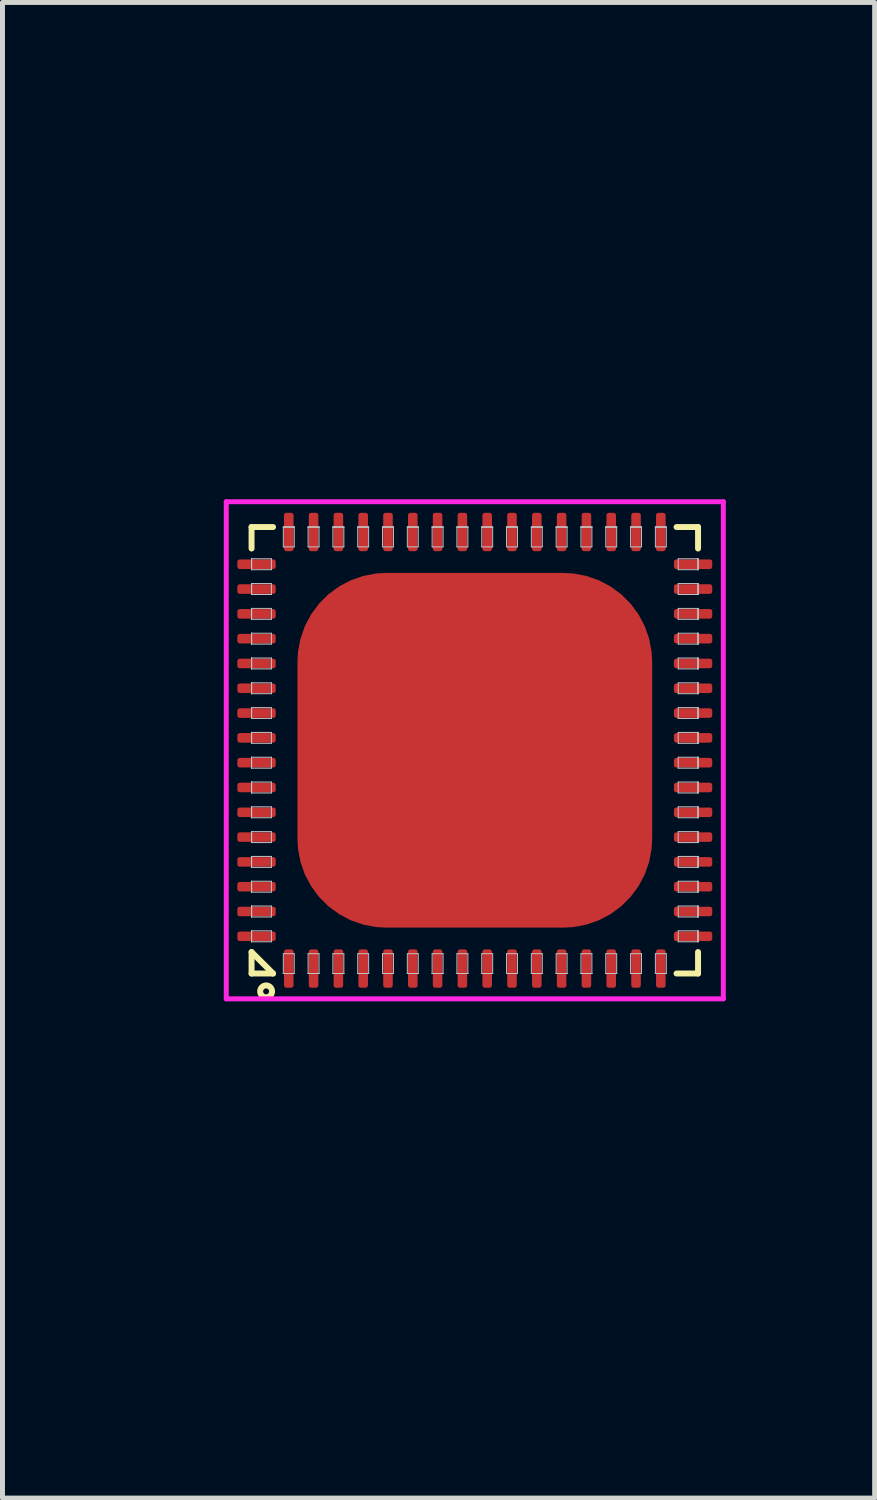
<source format=kicad_pcb>
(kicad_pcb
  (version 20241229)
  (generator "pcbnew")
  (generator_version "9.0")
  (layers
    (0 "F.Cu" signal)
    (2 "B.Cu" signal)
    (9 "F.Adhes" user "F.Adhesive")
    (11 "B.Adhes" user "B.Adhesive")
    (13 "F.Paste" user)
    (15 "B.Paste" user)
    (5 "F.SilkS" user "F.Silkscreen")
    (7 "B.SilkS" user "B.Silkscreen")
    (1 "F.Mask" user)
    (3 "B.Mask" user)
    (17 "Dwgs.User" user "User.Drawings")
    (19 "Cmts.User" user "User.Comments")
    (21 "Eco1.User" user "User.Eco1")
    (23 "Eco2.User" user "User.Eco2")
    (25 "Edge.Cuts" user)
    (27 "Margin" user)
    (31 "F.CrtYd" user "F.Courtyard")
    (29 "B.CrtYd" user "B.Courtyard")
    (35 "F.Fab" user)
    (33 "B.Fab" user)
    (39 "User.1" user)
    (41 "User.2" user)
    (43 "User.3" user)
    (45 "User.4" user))
  (footprint "QFN50P900x900-64-T715x715"
    (layer "F.Cu")
    (at 6.521 12.074)
    (property "Reference" "QFN50P900x900-64-T715x715" (at -5.76 0 90) (layer "User.1") (effects (font (size 1 1) (thickness 0.1))))
    (attr through_hole)
    (fp_line (start -4.5 -4.5) (end -4.5 -4.067) (stroke (width 0.12) (type solid)) (layer "F.SilkS"))
    (fp_line (start -4.5 -4.5) (end -4.067 -4.5) (stroke (width 0.12) (type solid)) (layer "F.SilkS"))
    (fp_line (start -4.5 4.067) (end -4.067 4.5) (stroke (width 0.12) (type solid)) (layer "F.SilkS"))
    (fp_line (start -4.5 4.5) (end -4.5 4.067) (stroke (width 0.12) (type solid)) (layer "F.SilkS"))
    (fp_line (start -4.5 4.5) (end -4.067 4.5) (stroke (width 0.12) (type solid)) (layer "F.SilkS"))
    (fp_line (start 4.5 -4.5) (end 4.067 -4.5) (stroke (width 0.12) (type solid)) (layer "F.SilkS"))
    (fp_line (start 4.5 -4.5) (end 4.5 -4.067) (stroke (width 0.12) (type solid)) (layer "F.SilkS"))
    (fp_line (start 4.5 4.5) (end 4.067 4.5) (stroke (width 0.12) (type solid)) (layer "F.SilkS"))
    (fp_line (start 4.5 4.5) (end 4.5 4.067) (stroke (width 0.12) (type solid)) (layer "F.SilkS"))
    (fp_circle (center -4.207 4.86) (end -4.087 4.86) (stroke (width 0.12) (type solid)) (fill no) (layer "F.SilkS"))
    (fp_line (start -4.5 -3.86) (end -4.5 -3.86) (stroke (width 0.02) (type solid)) (layer "Dwgs.User"))
    (fp_line (start -4.5 -3.86) (end -4.5 -3.64) (stroke (width 0.02) (type solid)) (layer "Dwgs.User"))
    (fp_line (start -4.5 -3.86) (end -4.1 -3.86) (stroke (width 0.02) (type solid)) (layer "Dwgs.User"))
    (fp_line (start -4.5 -3.64) (end -4.5 -3.86) (stroke (width 0.02) (type solid)) (layer "Dwgs.User"))
    (fp_line (start -4.5 -3.64) (end -4.5 -3.86) (stroke (width 0.02) (type solid)) (layer "Dwgs.User"))
    (fp_line (start -4.5 -3.64) (end -4.5 -3.64) (stroke (width 0.02) (type solid)) (layer "Dwgs.User"))
    (fp_line (start -4.5 -3.36) (end -4.5 -3.36) (stroke (width 0.02) (type solid)) (layer "Dwgs.User"))
    (fp_line (start -4.5 -3.36) (end -4.5 -3.14) (stroke (width 0.02) (type solid)) (layer "Dwgs.User"))
    (fp_line (start -4.5 -3.36) (end -4.1 -3.36) (stroke (width 0.02) (type solid)) (layer "Dwgs.User"))
    (fp_line (start -4.5 -3.14) (end -4.5 -3.36) (stroke (width 0.02) (type solid)) (layer "Dwgs.User"))
    (fp_line (start -4.5 -3.14) (end -4.5 -3.36) (stroke (width 0.02) (type solid)) (layer "Dwgs.User"))
    (fp_line (start -4.5 -3.14) (end -4.5 -3.14) (stroke (width 0.02) (type solid)) (layer "Dwgs.User"))
    (fp_line (start -4.5 -2.86) (end -4.5 -2.86) (stroke (width 0.02) (type solid)) (layer "Dwgs.User"))
    (fp_line (start -4.5 -2.86) (end -4.5 -2.64) (stroke (width 0.02) (type solid)) (layer "Dwgs.User"))
    (fp_line (start -4.5 -2.86) (end -4.1 -2.86) (stroke (width 0.02) (type solid)) (layer "Dwgs.User"))
    (fp_line (start -4.5 -2.64) (end -4.5 -2.86) (stroke (width 0.02) (type solid)) (layer "Dwgs.User"))
    (fp_line (start -4.5 -2.64) (end -4.5 -2.86) (stroke (width 0.02) (type solid)) (layer "Dwgs.User"))
    (fp_line (start -4.5 -2.64) (end -4.5 -2.64) (stroke (width 0.02) (type solid)) (layer "Dwgs.User"))
    (fp_line (start -4.5 -2.36) (end -4.5 -2.36) (stroke (width 0.02) (type solid)) (layer "Dwgs.User"))
    (fp_line (start -4.5 -2.36) (end -4.5 -2.14) (stroke (width 0.02) (type solid)) (layer "Dwgs.User"))
    (fp_line (start -4.5 -2.36) (end -4.1 -2.36) (stroke (width 0.02) (type solid)) (layer "Dwgs.User"))
    (fp_line (start -4.5 -2.14) (end -4.5 -2.36) (stroke (width 0.02) (type solid)) (layer "Dwgs.User"))
    (fp_line (start -4.5 -2.14) (end -4.5 -2.36) (stroke (width 0.02) (type solid)) (layer "Dwgs.User"))
    (fp_line (start -4.5 -2.14) (end -4.5 -2.14) (stroke (width 0.02) (type solid)) (layer "Dwgs.User"))
    (fp_line (start -4.5 -1.86) (end -4.5 -1.86) (stroke (width 0.02) (type solid)) (layer "Dwgs.User"))
    (fp_line (start -4.5 -1.86) (end -4.5 -1.64) (stroke (width 0.02) (type solid)) (layer "Dwgs.User"))
    (fp_line (start -4.5 -1.86) (end -4.1 -1.86) (stroke (width 0.02) (type solid)) (layer "Dwgs.User"))
    (fp_line (start -4.5 -1.64) (end -4.5 -1.86) (stroke (width 0.02) (type solid)) (layer "Dwgs.User"))
    (fp_line (start -4.5 -1.64) (end -4.5 -1.86) (stroke (width 0.02) (type solid)) (layer "Dwgs.User"))
    (fp_line (start -4.5 -1.64) (end -4.5 -1.64) (stroke (width 0.02) (type solid)) (layer "Dwgs.User"))
    (fp_line (start -4.5 -1.36) (end -4.5 -1.36) (stroke (width 0.02) (type solid)) (layer "Dwgs.User"))
    (fp_line (start -4.5 -1.36) (end -4.5 -1.14) (stroke (width 0.02) (type solid)) (layer "Dwgs.User"))
    (fp_line (start -4.5 -1.36) (end -4.1 -1.36) (stroke (width 0.02) (type solid)) (layer "Dwgs.User"))
    (fp_line (start -4.5 -1.14) (end -4.5 -1.36) (stroke (width 0.02) (type solid)) (layer "Dwgs.User"))
    (fp_line (start -4.5 -1.14) (end -4.5 -1.36) (stroke (width 0.02) (type solid)) (layer "Dwgs.User"))
    (fp_line (start -4.5 -1.14) (end -4.5 -1.14) (stroke (width 0.02) (type solid)) (layer "Dwgs.User"))
    (fp_line (start -4.5 -0.86) (end -4.5 -0.86) (stroke (width 0.02) (type solid)) (layer "Dwgs.User"))
    (fp_line (start -4.5 -0.86) (end -4.5 -0.64) (stroke (width 0.02) (type solid)) (layer "Dwgs.User"))
    (fp_line (start -4.5 -0.86) (end -4.1 -0.86) (stroke (width 0.02) (type solid)) (layer "Dwgs.User"))
    (fp_line (start -4.5 -0.64) (end -4.5 -0.86) (stroke (width 0.02) (type solid)) (layer "Dwgs.User"))
    (fp_line (start -4.5 -0.64) (end -4.5 -0.86) (stroke (width 0.02) (type solid)) (layer "Dwgs.User"))
    (fp_line (start -4.5 -0.64) (end -4.5 -0.64) (stroke (width 0.02) (type solid)) (layer "Dwgs.User"))
    (fp_line (start -4.5 -0.36) (end -4.5 -0.36) (stroke (width 0.02) (type solid)) (layer "Dwgs.User"))
    (fp_line (start -4.5 -0.36) (end -4.5 -0.14) (stroke (width 0.02) (type solid)) (layer "Dwgs.User"))
    (fp_line (start -4.5 -0.36) (end -4.1 -0.36) (stroke (width 0.02) (type solid)) (layer "Dwgs.User"))
    (fp_line (start -4.5 -0.14) (end -4.5 -0.36) (stroke (width 0.02) (type solid)) (layer "Dwgs.User"))
    (fp_line (start -4.5 -0.14) (end -4.5 -0.36) (stroke (width 0.02) (type solid)) (layer "Dwgs.User"))
    (fp_line (start -4.5 -0.14) (end -4.5 -0.14) (stroke (width 0.02) (type solid)) (layer "Dwgs.User"))
    (fp_line (start -4.5 0.14) (end -4.5 0.14) (stroke (width 0.02) (type solid)) (layer "Dwgs.User"))
    (fp_line (start -4.5 0.14) (end -4.5 0.36) (stroke (width 0.02) (type solid)) (layer "Dwgs.User"))
    (fp_line (start -4.5 0.14) (end -4.1 0.14) (stroke (width 0.02) (type solid)) (layer "Dwgs.User"))
    (fp_line (start -4.5 0.36) (end -4.5 0.14) (stroke (width 0.02) (type solid)) (layer "Dwgs.User"))
    (fp_line (start -4.5 0.36) (end -4.5 0.14) (stroke (width 0.02) (type solid)) (layer "Dwgs.User"))
    (fp_line (start -4.5 0.36) (end -4.5 0.36) (stroke (width 0.02) (type solid)) (layer "Dwgs.User"))
    (fp_line (start -4.5 0.64) (end -4.5 0.64) (stroke (width 0.02) (type solid)) (layer "Dwgs.User"))
    (fp_line (start -4.5 0.64) (end -4.5 0.86) (stroke (width 0.02) (type solid)) (layer "Dwgs.User"))
    (fp_line (start -4.5 0.64) (end -4.1 0.64) (stroke (width 0.02) (type solid)) (layer "Dwgs.User"))
    (fp_line (start -4.5 0.86) (end -4.5 0.64) (stroke (width 0.02) (type solid)) (layer "Dwgs.User"))
    (fp_line (start -4.5 0.86) (end -4.5 0.64) (stroke (width 0.02) (type solid)) (layer "Dwgs.User"))
    (fp_line (start -4.5 0.86) (end -4.5 0.86) (stroke (width 0.02) (type solid)) (layer "Dwgs.User"))
    (fp_line (start -4.5 1.14) (end -4.5 1.14) (stroke (width 0.02) (type solid)) (layer "Dwgs.User"))
    (fp_line (start -4.5 1.14) (end -4.5 1.36) (stroke (width 0.02) (type solid)) (layer "Dwgs.User"))
    (fp_line (start -4.5 1.14) (end -4.1 1.14) (stroke (width 0.02) (type solid)) (layer "Dwgs.User"))
    (fp_line (start -4.5 1.36) (end -4.5 1.14) (stroke (width 0.02) (type solid)) (layer "Dwgs.User"))
    (fp_line (start -4.5 1.36) (end -4.5 1.14) (stroke (width 0.02) (type solid)) (layer "Dwgs.User"))
    (fp_line (start -4.5 1.36) (end -4.5 1.36) (stroke (width 0.02) (type solid)) (layer "Dwgs.User"))
    (fp_line (start -4.5 1.64) (end -4.5 1.64) (stroke (width 0.02) (type solid)) (layer "Dwgs.User"))
    (fp_line (start -4.5 1.64) (end -4.5 1.86) (stroke (width 0.02) (type solid)) (layer "Dwgs.User"))
    (fp_line (start -4.5 1.64) (end -4.1 1.64) (stroke (width 0.02) (type solid)) (layer "Dwgs.User"))
    (fp_line (start -4.5 1.86) (end -4.5 1.64) (stroke (width 0.02) (type solid)) (layer "Dwgs.User"))
    (fp_line (start -4.5 1.86) (end -4.5 1.64) (stroke (width 0.02) (type solid)) (layer "Dwgs.User"))
    (fp_line (start -4.5 1.86) (end -4.5 1.86) (stroke (width 0.02) (type solid)) (layer "Dwgs.User"))
    (fp_line (start -4.5 2.14) (end -4.5 2.14) (stroke (width 0.02) (type solid)) (layer "Dwgs.User"))
    (fp_line (start -4.5 2.14) (end -4.5 2.36) (stroke (width 0.02) (type solid)) (layer "Dwgs.User"))
    (fp_line (start -4.5 2.14) (end -4.1 2.14) (stroke (width 0.02) (type solid)) (layer "Dwgs.User"))
    (fp_line (start -4.5 2.36) (end -4.5 2.14) (stroke (width 0.02) (type solid)) (layer "Dwgs.User"))
    (fp_line (start -4.5 2.36) (end -4.5 2.14) (stroke (width 0.02) (type solid)) (layer "Dwgs.User"))
    (fp_line (start -4.5 2.36) (end -4.5 2.36) (stroke (width 0.02) (type solid)) (layer "Dwgs.User"))
    (fp_line (start -4.5 2.64) (end -4.5 2.64) (stroke (width 0.02) (type solid)) (layer "Dwgs.User"))
    (fp_line (start -4.5 2.64) (end -4.5 2.86) (stroke (width 0.02) (type solid)) (layer "Dwgs.User"))
    (fp_line (start -4.5 2.64) (end -4.1 2.64) (stroke (width 0.02) (type solid)) (layer "Dwgs.User"))
    (fp_line (start -4.5 2.86) (end -4.5 2.64) (stroke (width 0.02) (type solid)) (layer "Dwgs.User"))
    (fp_line (start -4.5 2.86) (end -4.5 2.64) (stroke (width 0.02) (type solid)) (layer "Dwgs.User"))
    (fp_line (start -4.5 2.86) (end -4.5 2.86) (stroke (width 0.02) (type solid)) (layer "Dwgs.User"))
    (fp_line (start -4.5 3.14) (end -4.5 3.14) (stroke (width 0.02) (type solid)) (layer "Dwgs.User"))
    (fp_line (start -4.5 3.14) (end -4.5 3.36) (stroke (width 0.02) (type solid)) (layer "Dwgs.User"))
    (fp_line (start -4.5 3.14) (end -4.1 3.14) (stroke (width 0.02) (type solid)) (layer "Dwgs.User"))
    (fp_line (start -4.5 3.36) (end -4.5 3.14) (stroke (width 0.02) (type solid)) (layer "Dwgs.User"))
    (fp_line (start -4.5 3.36) (end -4.5 3.14) (stroke (width 0.02) (type solid)) (layer "Dwgs.User"))
    (fp_line (start -4.5 3.36) (end -4.5 3.36) (stroke (width 0.02) (type solid)) (layer "Dwgs.User"))
    (fp_line (start -4.5 3.64) (end -4.5 3.64) (stroke (width 0.02) (type solid)) (layer "Dwgs.User"))
    (fp_line (start -4.5 3.64) (end -4.5 3.86) (stroke (width 0.02) (type solid)) (layer "Dwgs.User"))
    (fp_line (start -4.5 3.64) (end -4.1 3.64) (stroke (width 0.02) (type solid)) (layer "Dwgs.User"))
    (fp_line (start -4.5 3.86) (end -4.5 3.64) (stroke (width 0.02) (type solid)) (layer "Dwgs.User"))
    (fp_line (start -4.5 3.86) (end -4.5 3.64) (stroke (width 0.02) (type solid)) (layer "Dwgs.User"))
    (fp_line (start -4.5 3.86) (end -4.5 3.86) (stroke (width 0.02) (type solid)) (layer "Dwgs.User"))
    (fp_line (start -4.1 -3.86) (end -4.1 -3.64) (stroke (width 0.02) (type solid)) (layer "Dwgs.User"))
    (fp_line (start -4.1 -3.64) (end -4.5 -3.64) (stroke (width 0.02) (type solid)) (layer "Dwgs.User"))
    (fp_line (start -4.1 -3.36) (end -4.1 -3.14) (stroke (width 0.02) (type solid)) (layer "Dwgs.User"))
    (fp_line (start -4.1 -3.14) (end -4.5 -3.14) (stroke (width 0.02) (type solid)) (layer "Dwgs.User"))
    (fp_line (start -4.1 -2.86) (end -4.1 -2.64) (stroke (width 0.02) (type solid)) (layer "Dwgs.User"))
    (fp_line (start -4.1 -2.64) (end -4.5 -2.64) (stroke (width 0.02) (type solid)) (layer "Dwgs.User"))
    (fp_line (start -4.1 -2.36) (end -4.1 -2.14) (stroke (width 0.02) (type solid)) (layer "Dwgs.User"))
    (fp_line (start -4.1 -2.14) (end -4.5 -2.14) (stroke (width 0.02) (type solid)) (layer "Dwgs.User"))
    (fp_line (start -4.1 -1.86) (end -4.1 -1.64) (stroke (width 0.02) (type solid)) (layer "Dwgs.User"))
    (fp_line (start -4.1 -1.64) (end -4.5 -1.64) (stroke (width 0.02) (type solid)) (layer "Dwgs.User"))
    (fp_line (start -4.1 -1.36) (end -4.1 -1.14) (stroke (width 0.02) (type solid)) (layer "Dwgs.User"))
    (fp_line (start -4.1 -1.14) (end -4.5 -1.14) (stroke (width 0.02) (type solid)) (layer "Dwgs.User"))
    (fp_line (start -4.1 -0.86) (end -4.1 -0.64) (stroke (width 0.02) (type solid)) (layer "Dwgs.User"))
    (fp_line (start -4.1 -0.64) (end -4.5 -0.64) (stroke (width 0.02) (type solid)) (layer "Dwgs.User"))
    (fp_line (start -4.1 -0.36) (end -4.1 -0.14) (stroke (width 0.02) (type solid)) (layer "Dwgs.User"))
    (fp_line (start -4.1 -0.14) (end -4.5 -0.14) (stroke (width 0.02) (type solid)) (layer "Dwgs.User"))
    (fp_line (start -4.1 0.14) (end -4.1 0.36) (stroke (width 0.02) (type solid)) (layer "Dwgs.User"))
    (fp_line (start -4.1 0.36) (end -4.5 0.36) (stroke (width 0.02) (type solid)) (layer "Dwgs.User"))
    (fp_line (start -4.1 0.64) (end -4.1 0.86) (stroke (width 0.02) (type solid)) (layer "Dwgs.User"))
    (fp_line (start -4.1 0.86) (end -4.5 0.86) (stroke (width 0.02) (type solid)) (layer "Dwgs.User"))
    (fp_line (start -4.1 1.14) (end -4.1 1.36) (stroke (width 0.02) (type solid)) (layer "Dwgs.User"))
    (fp_line (start -4.1 1.36) (end -4.5 1.36) (stroke (width 0.02) (type solid)) (layer "Dwgs.User"))
    (fp_line (start -4.1 1.64) (end -4.1 1.86) (stroke (width 0.02) (type solid)) (layer "Dwgs.User"))
    (fp_line (start -4.1 1.86) (end -4.5 1.86) (stroke (width 0.02) (type solid)) (layer "Dwgs.User"))
    (fp_line (start -4.1 2.14) (end -4.1 2.36) (stroke (width 0.02) (type solid)) (layer "Dwgs.User"))
    (fp_line (start -4.1 2.36) (end -4.5 2.36) (stroke (width 0.02) (type solid)) (layer "Dwgs.User"))
    (fp_line (start -4.1 2.64) (end -4.1 2.86) (stroke (width 0.02) (type solid)) (layer "Dwgs.User"))
    (fp_line (start -4.1 2.86) (end -4.5 2.86) (stroke (width 0.02) (type solid)) (layer "Dwgs.User"))
    (fp_line (start -4.1 3.14) (end -4.1 3.36) (stroke (width 0.02) (type solid)) (layer "Dwgs.User"))
    (fp_line (start -4.1 3.36) (end -4.5 3.36) (stroke (width 0.02) (type solid)) (layer "Dwgs.User"))
    (fp_line (start -4.1 3.64) (end -4.1 3.86) (stroke (width 0.02) (type solid)) (layer "Dwgs.User"))
    (fp_line (start -4.1 3.86) (end -4.5 3.86) (stroke (width 0.02) (type solid)) (layer "Dwgs.User"))
    (fp_line (start -3.86 -4.5) (end -3.86 -4.5) (stroke (width 0.02) (type solid)) (layer "Dwgs.User"))
    (fp_line (start -3.86 -4.5) (end -3.64 -4.5) (stroke (width 0.02) (type solid)) (layer "Dwgs.User"))
    (fp_line (start -3.86 -4.5) (end -3.64 -4.5) (stroke (width 0.02) (type solid)) (layer "Dwgs.User"))
    (fp_line (start -3.86 -4.1) (end -3.86 -4.5) (stroke (width 0.02) (type solid)) (layer "Dwgs.User"))
    (fp_line (start -3.86 4.1) (end -3.86 4.5) (stroke (width 0.02) (type solid)) (layer "Dwgs.User"))
    (fp_line (start -3.86 4.5) (end -3.86 4.5) (stroke (width 0.02) (type solid)) (layer "Dwgs.User"))
    (fp_line (start -3.86 4.5) (end -3.64 4.5) (stroke (width 0.02) (type solid)) (layer "Dwgs.User"))
    (fp_line (start -3.86 4.5) (end -3.64 4.5) (stroke (width 0.02) (type solid)) (layer "Dwgs.User"))
    (fp_line (start -3.64 -4.5) (end -3.86 -4.5) (stroke (width 0.02) (type solid)) (layer "Dwgs.User"))
    (fp_line (start -3.64 -4.5) (end -3.64 -4.5) (stroke (width 0.02) (type solid)) (layer "Dwgs.User"))
    (fp_line (start -3.64 -4.5) (end -3.64 -4.1) (stroke (width 0.02) (type solid)) (layer "Dwgs.User"))
    (fp_line (start -3.64 -4.1) (end -3.86 -4.1) (stroke (width 0.02) (type solid)) (layer "Dwgs.User"))
    (fp_line (start -3.64 4.1) (end -3.86 4.1) (stroke (width 0.02) (type solid)) (layer "Dwgs.User"))
    (fp_line (start -3.64 4.5) (end -3.86 4.5) (stroke (width 0.02) (type solid)) (layer "Dwgs.User"))
    (fp_line (start -3.64 4.5) (end -3.64 4.1) (stroke (width 0.02) (type solid)) (layer "Dwgs.User"))
    (fp_line (start -3.64 4.5) (end -3.64 4.5) (stroke (width 0.02) (type solid)) (layer "Dwgs.User"))
    (fp_line (start -3.36 -4.5) (end -3.36 -4.5) (stroke (width 0.02) (type solid)) (layer "Dwgs.User"))
    (fp_line (start -3.36 -4.5) (end -3.14 -4.5) (stroke (width 0.02) (type solid)) (layer "Dwgs.User"))
    (fp_line (start -3.36 -4.5) (end -3.14 -4.5) (stroke (width 0.02) (type solid)) (layer "Dwgs.User"))
    (fp_line (start -3.36 -4.1) (end -3.36 -4.5) (stroke (width 0.02) (type solid)) (layer "Dwgs.User"))
    (fp_line (start -3.36 4.1) (end -3.36 4.5) (stroke (width 0.02) (type solid)) (layer "Dwgs.User"))
    (fp_line (start -3.36 4.5) (end -3.36 4.5) (stroke (width 0.02) (type solid)) (layer "Dwgs.User"))
    (fp_line (start -3.36 4.5) (end -3.14 4.5) (stroke (width 0.02) (type solid)) (layer "Dwgs.User"))
    (fp_line (start -3.36 4.5) (end -3.14 4.5) (stroke (width 0.02) (type solid)) (layer "Dwgs.User"))
    (fp_line (start -3.14 -4.5) (end -3.36 -4.5) (stroke (width 0.02) (type solid)) (layer "Dwgs.User"))
    (fp_line (start -3.14 -4.5) (end -3.14 -4.5) (stroke (width 0.02) (type solid)) (layer "Dwgs.User"))
    (fp_line (start -3.14 -4.5) (end -3.14 -4.1) (stroke (width 0.02) (type solid)) (layer "Dwgs.User"))
    (fp_line (start -3.14 -4.1) (end -3.36 -4.1) (stroke (width 0.02) (type solid)) (layer "Dwgs.User"))
    (fp_line (start -3.14 4.1) (end -3.36 4.1) (stroke (width 0.02) (type solid)) (layer "Dwgs.User"))
    (fp_line (start -3.14 4.5) (end -3.36 4.5) (stroke (width 0.02) (type solid)) (layer "Dwgs.User"))
    (fp_line (start -3.14 4.5) (end -3.14 4.1) (stroke (width 0.02) (type solid)) (layer "Dwgs.User"))
    (fp_line (start -3.14 4.5) (end -3.14 4.5) (stroke (width 0.02) (type solid)) (layer "Dwgs.User"))
    (fp_line (start -2.86 -4.5) (end -2.86 -4.5) (stroke (width 0.02) (type solid)) (layer "Dwgs.User"))
    (fp_line (start -2.86 -4.5) (end -2.64 -4.5) (stroke (width 0.02) (type solid)) (layer "Dwgs.User"))
    (fp_line (start -2.86 -4.5) (end -2.64 -4.5) (stroke (width 0.02) (type solid)) (layer "Dwgs.User"))
    (fp_line (start -2.86 -4.1) (end -2.86 -4.5) (stroke (width 0.02) (type solid)) (layer "Dwgs.User"))
    (fp_line (start -2.86 4.1) (end -2.86 4.5) (stroke (width 0.02) (type solid)) (layer "Dwgs.User"))
    (fp_line (start -2.86 4.5) (end -2.86 4.5) (stroke (width 0.02) (type solid)) (layer "Dwgs.User"))
    (fp_line (start -2.86 4.5) (end -2.64 4.5) (stroke (width 0.02) (type solid)) (layer "Dwgs.User"))
    (fp_line (start -2.86 4.5) (end -2.64 4.5) (stroke (width 0.02) (type solid)) (layer "Dwgs.User"))
    (fp_line (start -2.64 -4.5) (end -2.86 -4.5) (stroke (width 0.02) (type solid)) (layer "Dwgs.User"))
    (fp_line (start -2.64 -4.5) (end -2.64 -4.5) (stroke (width 0.02) (type solid)) (layer "Dwgs.User"))
    (fp_line (start -2.64 -4.5) (end -2.64 -4.1) (stroke (width 0.02) (type solid)) (layer "Dwgs.User"))
    (fp_line (start -2.64 -4.1) (end -2.86 -4.1) (stroke (width 0.02) (type solid)) (layer "Dwgs.User"))
    (fp_line (start -2.64 4.1) (end -2.86 4.1) (stroke (width 0.02) (type solid)) (layer "Dwgs.User"))
    (fp_line (start -2.64 4.5) (end -2.86 4.5) (stroke (width 0.02) (type solid)) (layer "Dwgs.User"))
    (fp_line (start -2.64 4.5) (end -2.64 4.1) (stroke (width 0.02) (type solid)) (layer "Dwgs.User"))
    (fp_line (start -2.64 4.5) (end -2.64 4.5) (stroke (width 0.02) (type solid)) (layer "Dwgs.User"))
    (fp_line (start -2.36 -4.5) (end -2.36 -4.5) (stroke (width 0.02) (type solid)) (layer "Dwgs.User"))
    (fp_line (start -2.36 -4.5) (end -2.14 -4.5) (stroke (width 0.02) (type solid)) (layer "Dwgs.User"))
    (fp_line (start -2.36 -4.5) (end -2.14 -4.5) (stroke (width 0.02) (type solid)) (layer "Dwgs.User"))
    (fp_line (start -2.36 -4.1) (end -2.36 -4.5) (stroke (width 0.02) (type solid)) (layer "Dwgs.User"))
    (fp_line (start -2.36 4.1) (end -2.36 4.5) (stroke (width 0.02) (type solid)) (layer "Dwgs.User"))
    (fp_line (start -2.36 4.5) (end -2.36 4.5) (stroke (width 0.02) (type solid)) (layer "Dwgs.User"))
    (fp_line (start -2.36 4.5) (end -2.14 4.5) (stroke (width 0.02) (type solid)) (layer "Dwgs.User"))
    (fp_line (start -2.36 4.5) (end -2.14 4.5) (stroke (width 0.02) (type solid)) (layer "Dwgs.User"))
    (fp_line (start -2.14 -4.5) (end -2.36 -4.5) (stroke (width 0.02) (type solid)) (layer "Dwgs.User"))
    (fp_line (start -2.14 -4.5) (end -2.14 -4.5) (stroke (width 0.02) (type solid)) (layer "Dwgs.User"))
    (fp_line (start -2.14 -4.5) (end -2.14 -4.1) (stroke (width 0.02) (type solid)) (layer "Dwgs.User"))
    (fp_line (start -2.14 -4.1) (end -2.36 -4.1) (stroke (width 0.02) (type solid)) (layer "Dwgs.User"))
    (fp_line (start -2.14 4.1) (end -2.36 4.1) (stroke (width 0.02) (type solid)) (layer "Dwgs.User"))
    (fp_line (start -2.14 4.5) (end -2.36 4.5) (stroke (width 0.02) (type solid)) (layer "Dwgs.User"))
    (fp_line (start -2.14 4.5) (end -2.14 4.1) (stroke (width 0.02) (type solid)) (layer "Dwgs.User"))
    (fp_line (start -2.14 4.5) (end -2.14 4.5) (stroke (width 0.02) (type solid)) (layer "Dwgs.User"))
    (fp_line (start -1.86 -4.5) (end -1.86 -4.5) (stroke (width 0.02) (type solid)) (layer "Dwgs.User"))
    (fp_line (start -1.86 -4.5) (end -1.64 -4.5) (stroke (width 0.02) (type solid)) (layer "Dwgs.User"))
    (fp_line (start -1.86 -4.5) (end -1.64 -4.5) (stroke (width 0.02) (type solid)) (layer "Dwgs.User"))
    (fp_line (start -1.86 -4.1) (end -1.86 -4.5) (stroke (width 0.02) (type solid)) (layer "Dwgs.User"))
    (fp_line (start -1.86 4.1) (end -1.86 4.5) (stroke (width 0.02) (type solid)) (layer "Dwgs.User"))
    (fp_line (start -1.86 4.5) (end -1.86 4.5) (stroke (width 0.02) (type solid)) (layer "Dwgs.User"))
    (fp_line (start -1.86 4.5) (end -1.64 4.5) (stroke (width 0.02) (type solid)) (layer "Dwgs.User"))
    (fp_line (start -1.86 4.5) (end -1.64 4.5) (stroke (width 0.02) (type solid)) (layer "Dwgs.User"))
    (fp_line (start -1.64 -4.5) (end -1.86 -4.5) (stroke (width 0.02) (type solid)) (layer "Dwgs.User"))
    (fp_line (start -1.64 -4.5) (end -1.64 -4.5) (stroke (width 0.02) (type solid)) (layer "Dwgs.User"))
    (fp_line (start -1.64 -4.5) (end -1.64 -4.1) (stroke (width 0.02) (type solid)) (layer "Dwgs.User"))
    (fp_line (start -1.64 -4.1) (end -1.86 -4.1) (stroke (width 0.02) (type solid)) (layer "Dwgs.User"))
    (fp_line (start -1.64 4.1) (end -1.86 4.1) (stroke (width 0.02) (type solid)) (layer "Dwgs.User"))
    (fp_line (start -1.64 4.5) (end -1.86 4.5) (stroke (width 0.02) (type solid)) (layer "Dwgs.User"))
    (fp_line (start -1.64 4.5) (end -1.64 4.1) (stroke (width 0.02) (type solid)) (layer "Dwgs.User"))
    (fp_line (start -1.64 4.5) (end -1.64 4.5) (stroke (width 0.02) (type solid)) (layer "Dwgs.User"))
    (fp_line (start -1.36 -4.5) (end -1.36 -4.5) (stroke (width 0.02) (type solid)) (layer "Dwgs.User"))
    (fp_line (start -1.36 -4.5) (end -1.14 -4.5) (stroke (width 0.02) (type solid)) (layer "Dwgs.User"))
    (fp_line (start -1.36 -4.5) (end -1.14 -4.5) (stroke (width 0.02) (type solid)) (layer "Dwgs.User"))
    (fp_line (start -1.36 -4.1) (end -1.36 -4.5) (stroke (width 0.02) (type solid)) (layer "Dwgs.User"))
    (fp_line (start -1.36 4.1) (end -1.36 4.5) (stroke (width 0.02) (type solid)) (layer "Dwgs.User"))
    (fp_line (start -1.36 4.5) (end -1.36 4.5) (stroke (width 0.02) (type solid)) (layer "Dwgs.User"))
    (fp_line (start -1.36 4.5) (end -1.14 4.5) (stroke (width 0.02) (type solid)) (layer "Dwgs.User"))
    (fp_line (start -1.36 4.5) (end -1.14 4.5) (stroke (width 0.02) (type solid)) (layer "Dwgs.User"))
    (fp_line (start -1.14 -4.5) (end -1.36 -4.5) (stroke (width 0.02) (type solid)) (layer "Dwgs.User"))
    (fp_line (start -1.14 -4.5) (end -1.14 -4.5) (stroke (width 0.02) (type solid)) (layer "Dwgs.User"))
    (fp_line (start -1.14 -4.5) (end -1.14 -4.1) (stroke (width 0.02) (type solid)) (layer "Dwgs.User"))
    (fp_line (start -1.14 -4.1) (end -1.36 -4.1) (stroke (width 0.02) (type solid)) (layer "Dwgs.User"))
    (fp_line (start -1.14 4.1) (end -1.36 4.1) (stroke (width 0.02) (type solid)) (layer "Dwgs.User"))
    (fp_line (start -1.14 4.5) (end -1.36 4.5) (stroke (width 0.02) (type solid)) (layer "Dwgs.User"))
    (fp_line (start -1.14 4.5) (end -1.14 4.1) (stroke (width 0.02) (type solid)) (layer "Dwgs.User"))
    (fp_line (start -1.14 4.5) (end -1.14 4.5) (stroke (width 0.02) (type solid)) (layer "Dwgs.User"))
    (fp_line (start -0.86 -4.5) (end -0.86 -4.5) (stroke (width 0.02) (type solid)) (layer "Dwgs.User"))
    (fp_line (start -0.86 -4.5) (end -0.64 -4.5) (stroke (width 0.02) (type solid)) (layer "Dwgs.User"))
    (fp_line (start -0.86 -4.5) (end -0.64 -4.5) (stroke (width 0.02) (type solid)) (layer "Dwgs.User"))
    (fp_line (start -0.86 -4.1) (end -0.86 -4.5) (stroke (width 0.02) (type solid)) (layer "Dwgs.User"))
    (fp_line (start -0.86 4.1) (end -0.86 4.5) (stroke (width 0.02) (type solid)) (layer "Dwgs.User"))
    (fp_line (start -0.86 4.5) (end -0.86 4.5) (stroke (width 0.02) (type solid)) (layer "Dwgs.User"))
    (fp_line (start -0.86 4.5) (end -0.64 4.5) (stroke (width 0.02) (type solid)) (layer "Dwgs.User"))
    (fp_line (start -0.86 4.5) (end -0.64 4.5) (stroke (width 0.02) (type solid)) (layer "Dwgs.User"))
    (fp_line (start -0.64 -4.5) (end -0.86 -4.5) (stroke (width 0.02) (type solid)) (layer "Dwgs.User"))
    (fp_line (start -0.64 -4.5) (end -0.64 -4.5) (stroke (width 0.02) (type solid)) (layer "Dwgs.User"))
    (fp_line (start -0.64 -4.5) (end -0.64 -4.1) (stroke (width 0.02) (type solid)) (layer "Dwgs.User"))
    (fp_line (start -0.64 -4.1) (end -0.86 -4.1) (stroke (width 0.02) (type solid)) (layer "Dwgs.User"))
    (fp_line (start -0.64 4.1) (end -0.86 4.1) (stroke (width 0.02) (type solid)) (layer "Dwgs.User"))
    (fp_line (start -0.64 4.5) (end -0.86 4.5) (stroke (width 0.02) (type solid)) (layer "Dwgs.User"))
    (fp_line (start -0.64 4.5) (end -0.64 4.1) (stroke (width 0.02) (type solid)) (layer "Dwgs.User"))
    (fp_line (start -0.64 4.5) (end -0.64 4.5) (stroke (width 0.02) (type solid)) (layer "Dwgs.User"))
    (fp_line (start -0.36 -4.5) (end -0.36 -4.5) (stroke (width 0.02) (type solid)) (layer "Dwgs.User"))
    (fp_line (start -0.36 -4.5) (end -0.14 -4.5) (stroke (width 0.02) (type solid)) (layer "Dwgs.User"))
    (fp_line (start -0.36 -4.5) (end -0.14 -4.5) (stroke (width 0.02) (type solid)) (layer "Dwgs.User"))
    (fp_line (start -0.36 -4.1) (end -0.36 -4.5) (stroke (width 0.02) (type solid)) (layer "Dwgs.User"))
    (fp_line (start -0.36 4.1) (end -0.36 4.5) (stroke (width 0.02) (type solid)) (layer "Dwgs.User"))
    (fp_line (start -0.36 4.5) (end -0.36 4.5) (stroke (width 0.02) (type solid)) (layer "Dwgs.User"))
    (fp_line (start -0.36 4.5) (end -0.14 4.5) (stroke (width 0.02) (type solid)) (layer "Dwgs.User"))
    (fp_line (start -0.36 4.5) (end -0.14 4.5) (stroke (width 0.02) (type solid)) (layer "Dwgs.User"))
    (fp_line (start -0.14 -4.5) (end -0.36 -4.5) (stroke (width 0.02) (type solid)) (layer "Dwgs.User"))
    (fp_line (start -0.14 -4.5) (end -0.14 -4.5) (stroke (width 0.02) (type solid)) (layer "Dwgs.User"))
    (fp_line (start -0.14 -4.5) (end -0.14 -4.1) (stroke (width 0.02) (type solid)) (layer "Dwgs.User"))
    (fp_line (start -0.14 -4.1) (end -0.36 -4.1) (stroke (width 0.02) (type solid)) (layer "Dwgs.User"))
    (fp_line (start -0.14 4.1) (end -0.36 4.1) (stroke (width 0.02) (type solid)) (layer "Dwgs.User"))
    (fp_line (start -0.14 4.5) (end -0.36 4.5) (stroke (width 0.02) (type solid)) (layer "Dwgs.User"))
    (fp_line (start -0.14 4.5) (end -0.14 4.1) (stroke (width 0.02) (type solid)) (layer "Dwgs.User"))
    (fp_line (start -0.14 4.5) (end -0.14 4.5) (stroke (width 0.02) (type solid)) (layer "Dwgs.User"))
    (fp_line (start 0.14 -4.5) (end 0.14 -4.5) (stroke (width 0.02) (type solid)) (layer "Dwgs.User"))
    (fp_line (start 0.14 -4.5) (end 0.36 -4.5) (stroke (width 0.02) (type solid)) (layer "Dwgs.User"))
    (fp_line (start 0.14 -4.5) (end 0.36 -4.5) (stroke (width 0.02) (type solid)) (layer "Dwgs.User"))
    (fp_line (start 0.14 -4.1) (end 0.14 -4.5) (stroke (width 0.02) (type solid)) (layer "Dwgs.User"))
    (fp_line (start 0.14 4.1) (end 0.14 4.5) (stroke (width 0.02) (type solid)) (layer "Dwgs.User"))
    (fp_line (start 0.14 4.5) (end 0.14 4.5) (stroke (width 0.02) (type solid)) (layer "Dwgs.User"))
    (fp_line (start 0.14 4.5) (end 0.36 4.5) (stroke (width 0.02) (type solid)) (layer "Dwgs.User"))
    (fp_line (start 0.14 4.5) (end 0.36 4.5) (stroke (width 0.02) (type solid)) (layer "Dwgs.User"))
    (fp_line (start 0.36 -4.5) (end 0.14 -4.5) (stroke (width 0.02) (type solid)) (layer "Dwgs.User"))
    (fp_line (start 0.36 -4.5) (end 0.36 -4.5) (stroke (width 0.02) (type solid)) (layer "Dwgs.User"))
    (fp_line (start 0.36 -4.5) (end 0.36 -4.1) (stroke (width 0.02) (type solid)) (layer "Dwgs.User"))
    (fp_line (start 0.36 -4.1) (end 0.14 -4.1) (stroke (width 0.02) (type solid)) (layer "Dwgs.User"))
    (fp_line (start 0.36 4.1) (end 0.14 4.1) (stroke (width 0.02) (type solid)) (layer "Dwgs.User"))
    (fp_line (start 0.36 4.5) (end 0.14 4.5) (stroke (width 0.02) (type solid)) (layer "Dwgs.User"))
    (fp_line (start 0.36 4.5) (end 0.36 4.1) (stroke (width 0.02) (type solid)) (layer "Dwgs.User"))
    (fp_line (start 0.36 4.5) (end 0.36 4.5) (stroke (width 0.02) (type solid)) (layer "Dwgs.User"))
    (fp_line (start 0.64 -4.5) (end 0.64 -4.5) (stroke (width 0.02) (type solid)) (layer "Dwgs.User"))
    (fp_line (start 0.64 -4.5) (end 0.86 -4.5) (stroke (width 0.02) (type solid)) (layer "Dwgs.User"))
    (fp_line (start 0.64 -4.5) (end 0.86 -4.5) (stroke (width 0.02) (type solid)) (layer "Dwgs.User"))
    (fp_line (start 0.64 -4.1) (end 0.64 -4.5) (stroke (width 0.02) (type solid)) (layer "Dwgs.User"))
    (fp_line (start 0.64 4.1) (end 0.64 4.5) (stroke (width 0.02) (type solid)) (layer "Dwgs.User"))
    (fp_line (start 0.64 4.5) (end 0.64 4.5) (stroke (width 0.02) (type solid)) (layer "Dwgs.User"))
    (fp_line (start 0.64 4.5) (end 0.86 4.5) (stroke (width 0.02) (type solid)) (layer "Dwgs.User"))
    (fp_line (start 0.64 4.5) (end 0.86 4.5) (stroke (width 0.02) (type solid)) (layer "Dwgs.User"))
    (fp_line (start 0.86 -4.5) (end 0.64 -4.5) (stroke (width 0.02) (type solid)) (layer "Dwgs.User"))
    (fp_line (start 0.86 -4.5) (end 0.86 -4.5) (stroke (width 0.02) (type solid)) (layer "Dwgs.User"))
    (fp_line (start 0.86 -4.5) (end 0.86 -4.1) (stroke (width 0.02) (type solid)) (layer "Dwgs.User"))
    (fp_line (start 0.86 -4.1) (end 0.64 -4.1) (stroke (width 0.02) (type solid)) (layer "Dwgs.User"))
    (fp_line (start 0.86 4.1) (end 0.64 4.1) (stroke (width 0.02) (type solid)) (layer "Dwgs.User"))
    (fp_line (start 0.86 4.5) (end 0.64 4.5) (stroke (width 0.02) (type solid)) (layer "Dwgs.User"))
    (fp_line (start 0.86 4.5) (end 0.86 4.1) (stroke (width 0.02) (type solid)) (layer "Dwgs.User"))
    (fp_line (start 0.86 4.5) (end 0.86 4.5) (stroke (width 0.02) (type solid)) (layer "Dwgs.User"))
    (fp_line (start 1.14 -4.5) (end 1.14 -4.5) (stroke (width 0.02) (type solid)) (layer "Dwgs.User"))
    (fp_line (start 1.14 -4.5) (end 1.36 -4.5) (stroke (width 0.02) (type solid)) (layer "Dwgs.User"))
    (fp_line (start 1.14 -4.5) (end 1.36 -4.5) (stroke (width 0.02) (type solid)) (layer "Dwgs.User"))
    (fp_line (start 1.14 -4.1) (end 1.14 -4.5) (stroke (width 0.02) (type solid)) (layer "Dwgs.User"))
    (fp_line (start 1.14 4.1) (end 1.14 4.5) (stroke (width 0.02) (type solid)) (layer "Dwgs.User"))
    (fp_line (start 1.14 4.5) (end 1.14 4.5) (stroke (width 0.02) (type solid)) (layer "Dwgs.User"))
    (fp_line (start 1.14 4.5) (end 1.36 4.5) (stroke (width 0.02) (type solid)) (layer "Dwgs.User"))
    (fp_line (start 1.14 4.5) (end 1.36 4.5) (stroke (width 0.02) (type solid)) (layer "Dwgs.User"))
    (fp_line (start 1.36 -4.5) (end 1.14 -4.5) (stroke (width 0.02) (type solid)) (layer "Dwgs.User"))
    (fp_line (start 1.36 -4.5) (end 1.36 -4.5) (stroke (width 0.02) (type solid)) (layer "Dwgs.User"))
    (fp_line (start 1.36 -4.5) (end 1.36 -4.1) (stroke (width 0.02) (type solid)) (layer "Dwgs.User"))
    (fp_line (start 1.36 -4.1) (end 1.14 -4.1) (stroke (width 0.02) (type solid)) (layer "Dwgs.User"))
    (fp_line (start 1.36 4.1) (end 1.14 4.1) (stroke (width 0.02) (type solid)) (layer "Dwgs.User"))
    (fp_line (start 1.36 4.5) (end 1.14 4.5) (stroke (width 0.02) (type solid)) (layer "Dwgs.User"))
    (fp_line (start 1.36 4.5) (end 1.36 4.1) (stroke (width 0.02) (type solid)) (layer "Dwgs.User"))
    (fp_line (start 1.36 4.5) (end 1.36 4.5) (stroke (width 0.02) (type solid)) (layer "Dwgs.User"))
    (fp_line (start 1.64 -4.5) (end 1.64 -4.5) (stroke (width 0.02) (type solid)) (layer "Dwgs.User"))
    (fp_line (start 1.64 -4.5) (end 1.86 -4.5) (stroke (width 0.02) (type solid)) (layer "Dwgs.User"))
    (fp_line (start 1.64 -4.5) (end 1.86 -4.5) (stroke (width 0.02) (type solid)) (layer "Dwgs.User"))
    (fp_line (start 1.64 -4.1) (end 1.64 -4.5) (stroke (width 0.02) (type solid)) (layer "Dwgs.User"))
    (fp_line (start 1.64 4.1) (end 1.64 4.5) (stroke (width 0.02) (type solid)) (layer "Dwgs.User"))
    (fp_line (start 1.64 4.5) (end 1.64 4.5) (stroke (width 0.02) (type solid)) (layer "Dwgs.User"))
    (fp_line (start 1.64 4.5) (end 1.86 4.5) (stroke (width 0.02) (type solid)) (layer "Dwgs.User"))
    (fp_line (start 1.64 4.5) (end 1.86 4.5) (stroke (width 0.02) (type solid)) (layer "Dwgs.User"))
    (fp_line (start 1.86 -4.5) (end 1.64 -4.5) (stroke (width 0.02) (type solid)) (layer "Dwgs.User"))
    (fp_line (start 1.86 -4.5) (end 1.86 -4.5) (stroke (width 0.02) (type solid)) (layer "Dwgs.User"))
    (fp_line (start 1.86 -4.5) (end 1.86 -4.1) (stroke (width 0.02) (type solid)) (layer "Dwgs.User"))
    (fp_line (start 1.86 -4.1) (end 1.64 -4.1) (stroke (width 0.02) (type solid)) (layer "Dwgs.User"))
    (fp_line (start 1.86 4.1) (end 1.64 4.1) (stroke (width 0.02) (type solid)) (layer "Dwgs.User"))
    (fp_line (start 1.86 4.5) (end 1.64 4.5) (stroke (width 0.02) (type solid)) (layer "Dwgs.User"))
    (fp_line (start 1.86 4.5) (end 1.86 4.1) (stroke (width 0.02) (type solid)) (layer "Dwgs.User"))
    (fp_line (start 1.86 4.5) (end 1.86 4.5) (stroke (width 0.02) (type solid)) (layer "Dwgs.User"))
    (fp_line (start 2.14 -4.5) (end 2.14 -4.5) (stroke (width 0.02) (type solid)) (layer "Dwgs.User"))
    (fp_line (start 2.14 -4.5) (end 2.36 -4.5) (stroke (width 0.02) (type solid)) (layer "Dwgs.User"))
    (fp_line (start 2.14 -4.5) (end 2.36 -4.5) (stroke (width 0.02) (type solid)) (layer "Dwgs.User"))
    (fp_line (start 2.14 -4.1) (end 2.14 -4.5) (stroke (width 0.02) (type solid)) (layer "Dwgs.User"))
    (fp_line (start 2.14 4.1) (end 2.14 4.5) (stroke (width 0.02) (type solid)) (layer "Dwgs.User"))
    (fp_line (start 2.14 4.5) (end 2.14 4.5) (stroke (width 0.02) (type solid)) (layer "Dwgs.User"))
    (fp_line (start 2.14 4.5) (end 2.36 4.5) (stroke (width 0.02) (type solid)) (layer "Dwgs.User"))
    (fp_line (start 2.14 4.5) (end 2.36 4.5) (stroke (width 0.02) (type solid)) (layer "Dwgs.User"))
    (fp_line (start 2.36 -4.5) (end 2.14 -4.5) (stroke (width 0.02) (type solid)) (layer "Dwgs.User"))
    (fp_line (start 2.36 -4.5) (end 2.36 -4.5) (stroke (width 0.02) (type solid)) (layer "Dwgs.User"))
    (fp_line (start 2.36 -4.5) (end 2.36 -4.1) (stroke (width 0.02) (type solid)) (layer "Dwgs.User"))
    (fp_line (start 2.36 -4.1) (end 2.14 -4.1) (stroke (width 0.02) (type solid)) (layer "Dwgs.User"))
    (fp_line (start 2.36 4.1) (end 2.14 4.1) (stroke (width 0.02) (type solid)) (layer "Dwgs.User"))
    (fp_line (start 2.36 4.5) (end 2.14 4.5) (stroke (width 0.02) (type solid)) (layer "Dwgs.User"))
    (fp_line (start 2.36 4.5) (end 2.36 4.1) (stroke (width 0.02) (type solid)) (layer "Dwgs.User"))
    (fp_line (start 2.36 4.5) (end 2.36 4.5) (stroke (width 0.02) (type solid)) (layer "Dwgs.User"))
    (fp_line (start 2.64 -4.5) (end 2.64 -4.5) (stroke (width 0.02) (type solid)) (layer "Dwgs.User"))
    (fp_line (start 2.64 -4.5) (end 2.86 -4.5) (stroke (width 0.02) (type solid)) (layer "Dwgs.User"))
    (fp_line (start 2.64 -4.5) (end 2.86 -4.5) (stroke (width 0.02) (type solid)) (layer "Dwgs.User"))
    (fp_line (start 2.64 -4.1) (end 2.64 -4.5) (stroke (width 0.02) (type solid)) (layer "Dwgs.User"))
    (fp_line (start 2.64 4.1) (end 2.64 4.5) (stroke (width 0.02) (type solid)) (layer "Dwgs.User"))
    (fp_line (start 2.64 4.5) (end 2.64 4.5) (stroke (width 0.02) (type solid)) (layer "Dwgs.User"))
    (fp_line (start 2.64 4.5) (end 2.86 4.5) (stroke (width 0.02) (type solid)) (layer "Dwgs.User"))
    (fp_line (start 2.64 4.5) (end 2.86 4.5) (stroke (width 0.02) (type solid)) (layer "Dwgs.User"))
    (fp_line (start 2.86 -4.5) (end 2.64 -4.5) (stroke (width 0.02) (type solid)) (layer "Dwgs.User"))
    (fp_line (start 2.86 -4.5) (end 2.86 -4.5) (stroke (width 0.02) (type solid)) (layer "Dwgs.User"))
    (fp_line (start 2.86 -4.5) (end 2.86 -4.1) (stroke (width 0.02) (type solid)) (layer "Dwgs.User"))
    (fp_line (start 2.86 -4.1) (end 2.64 -4.1) (stroke (width 0.02) (type solid)) (layer "Dwgs.User"))
    (fp_line (start 2.86 4.1) (end 2.64 4.1) (stroke (width 0.02) (type solid)) (layer "Dwgs.User"))
    (fp_line (start 2.86 4.5) (end 2.64 4.5) (stroke (width 0.02) (type solid)) (layer "Dwgs.User"))
    (fp_line (start 2.86 4.5) (end 2.86 4.1) (stroke (width 0.02) (type solid)) (layer "Dwgs.User"))
    (fp_line (start 2.86 4.5) (end 2.86 4.5) (stroke (width 0.02) (type solid)) (layer "Dwgs.User"))
    (fp_line (start 3.14 -4.5) (end 3.14 -4.5) (stroke (width 0.02) (type solid)) (layer "Dwgs.User"))
    (fp_line (start 3.14 -4.5) (end 3.36 -4.5) (stroke (width 0.02) (type solid)) (layer "Dwgs.User"))
    (fp_line (start 3.14 -4.5) (end 3.36 -4.5) (stroke (width 0.02) (type solid)) (layer "Dwgs.User"))
    (fp_line (start 3.14 -4.1) (end 3.14 -4.5) (stroke (width 0.02) (type solid)) (layer "Dwgs.User"))
    (fp_line (start 3.14 4.1) (end 3.14 4.5) (stroke (width 0.02) (type solid)) (layer "Dwgs.User"))
    (fp_line (start 3.14 4.5) (end 3.14 4.5) (stroke (width 0.02) (type solid)) (layer "Dwgs.User"))
    (fp_line (start 3.14 4.5) (end 3.36 4.5) (stroke (width 0.02) (type solid)) (layer "Dwgs.User"))
    (fp_line (start 3.14 4.5) (end 3.36 4.5) (stroke (width 0.02) (type solid)) (layer "Dwgs.User"))
    (fp_line (start 3.36 -4.5) (end 3.14 -4.5) (stroke (width 0.02) (type solid)) (layer "Dwgs.User"))
    (fp_line (start 3.36 -4.5) (end 3.36 -4.5) (stroke (width 0.02) (type solid)) (layer "Dwgs.User"))
    (fp_line (start 3.36 -4.5) (end 3.36 -4.1) (stroke (width 0.02) (type solid)) (layer "Dwgs.User"))
    (fp_line (start 3.36 -4.1) (end 3.14 -4.1) (stroke (width 0.02) (type solid)) (layer "Dwgs.User"))
    (fp_line (start 3.36 4.1) (end 3.14 4.1) (stroke (width 0.02) (type solid)) (layer "Dwgs.User"))
    (fp_line (start 3.36 4.5) (end 3.14 4.5) (stroke (width 0.02) (type solid)) (layer "Dwgs.User"))
    (fp_line (start 3.36 4.5) (end 3.36 4.1) (stroke (width 0.02) (type solid)) (layer "Dwgs.User"))
    (fp_line (start 3.36 4.5) (end 3.36 4.5) (stroke (width 0.02) (type solid)) (layer "Dwgs.User"))
    (fp_line (start 3.64 -4.5) (end 3.64 -4.5) (stroke (width 0.02) (type solid)) (layer "Dwgs.User"))
    (fp_line (start 3.64 -4.5) (end 3.86 -4.5) (stroke (width 0.02) (type solid)) (layer "Dwgs.User"))
    (fp_line (start 3.64 -4.5) (end 3.86 -4.5) (stroke (width 0.02) (type solid)) (layer "Dwgs.User"))
    (fp_line (start 3.64 -4.1) (end 3.64 -4.5) (stroke (width 0.02) (type solid)) (layer "Dwgs.User"))
    (fp_line (start 3.64 4.1) (end 3.64 4.5) (stroke (width 0.02) (type solid)) (layer "Dwgs.User"))
    (fp_line (start 3.64 4.5) (end 3.64 4.5) (stroke (width 0.02) (type solid)) (layer "Dwgs.User"))
    (fp_line (start 3.64 4.5) (end 3.86 4.5) (stroke (width 0.02) (type solid)) (layer "Dwgs.User"))
    (fp_line (start 3.64 4.5) (end 3.86 4.5) (stroke (width 0.02) (type solid)) (layer "Dwgs.User"))
    (fp_line (start 3.86 -4.5) (end 3.64 -4.5) (stroke (width 0.02) (type solid)) (layer "Dwgs.User"))
    (fp_line (start 3.86 -4.5) (end 3.86 -4.5) (stroke (width 0.02) (type solid)) (layer "Dwgs.User"))
    (fp_line (start 3.86 -4.5) (end 3.86 -4.1) (stroke (width 0.02) (type solid)) (layer "Dwgs.User"))
    (fp_line (start 3.86 -4.1) (end 3.64 -4.1) (stroke (width 0.02) (type solid)) (layer "Dwgs.User"))
    (fp_line (start 3.86 4.1) (end 3.64 4.1) (stroke (width 0.02) (type solid)) (layer "Dwgs.User"))
    (fp_line (start 3.86 4.5) (end 3.64 4.5) (stroke (width 0.02) (type solid)) (layer "Dwgs.User"))
    (fp_line (start 3.86 4.5) (end 3.86 4.1) (stroke (width 0.02) (type solid)) (layer "Dwgs.User"))
    (fp_line (start 3.86 4.5) (end 3.86 4.5) (stroke (width 0.02) (type solid)) (layer "Dwgs.User"))
    (fp_line (start 4.1 -3.86) (end 4.1 -3.64) (stroke (width 0.02) (type solid)) (layer "Dwgs.User"))
    (fp_line (start 4.1 -3.64) (end 4.5 -3.64) (stroke (width 0.02) (type solid)) (layer "Dwgs.User"))
    (fp_line (start 4.1 -3.36) (end 4.1 -3.14) (stroke (width 0.02) (type solid)) (layer "Dwgs.User"))
    (fp_line (start 4.1 -3.14) (end 4.5 -3.14) (stroke (width 0.02) (type solid)) (layer "Dwgs.User"))
    (fp_line (start 4.1 -2.86) (end 4.1 -2.64) (stroke (width 0.02) (type solid)) (layer "Dwgs.User"))
    (fp_line (start 4.1 -2.64) (end 4.5 -2.64) (stroke (width 0.02) (type solid)) (layer "Dwgs.User"))
    (fp_line (start 4.1 -2.36) (end 4.1 -2.14) (stroke (width 0.02) (type solid)) (layer "Dwgs.User"))
    (fp_line (start 4.1 -2.14) (end 4.5 -2.14) (stroke (width 0.02) (type solid)) (layer "Dwgs.User"))
    (fp_line (start 4.1 -1.86) (end 4.1 -1.64) (stroke (width 0.02) (type solid)) (layer "Dwgs.User"))
    (fp_line (start 4.1 -1.64) (end 4.5 -1.64) (stroke (width 0.02) (type solid)) (layer "Dwgs.User"))
    (fp_line (start 4.1 -1.36) (end 4.1 -1.14) (stroke (width 0.02) (type solid)) (layer "Dwgs.User"))
    (fp_line (start 4.1 -1.14) (end 4.5 -1.14) (stroke (width 0.02) (type solid)) (layer "Dwgs.User"))
    (fp_line (start 4.1 -0.86) (end 4.1 -0.64) (stroke (width 0.02) (type solid)) (layer "Dwgs.User"))
    (fp_line (start 4.1 -0.64) (end 4.5 -0.64) (stroke (width 0.02) (type solid)) (layer "Dwgs.User"))
    (fp_line (start 4.1 -0.36) (end 4.1 -0.14) (stroke (width 0.02) (type solid)) (layer "Dwgs.User"))
    (fp_line (start 4.1 -0.14) (end 4.5 -0.14) (stroke (width 0.02) (type solid)) (layer "Dwgs.User"))
    (fp_line (start 4.1 0.14) (end 4.1 0.36) (stroke (width 0.02) (type solid)) (layer "Dwgs.User"))
    (fp_line (start 4.1 0.36) (end 4.5 0.36) (stroke (width 0.02) (type solid)) (layer "Dwgs.User"))
    (fp_line (start 4.1 0.64) (end 4.1 0.86) (stroke (width 0.02) (type solid)) (layer "Dwgs.User"))
    (fp_line (start 4.1 0.86) (end 4.5 0.86) (stroke (width 0.02) (type solid)) (layer "Dwgs.User"))
    (fp_line (start 4.1 1.14) (end 4.1 1.36) (stroke (width 0.02) (type solid)) (layer "Dwgs.User"))
    (fp_line (start 4.1 1.36) (end 4.5 1.36) (stroke (width 0.02) (type solid)) (layer "Dwgs.User"))
    (fp_line (start 4.1 1.64) (end 4.1 1.86) (stroke (width 0.02) (type solid)) (layer "Dwgs.User"))
    (fp_line (start 4.1 1.86) (end 4.5 1.86) (stroke (width 0.02) (type solid)) (layer "Dwgs.User"))
    (fp_line (start 4.1 2.14) (end 4.1 2.36) (stroke (width 0.02) (type solid)) (layer "Dwgs.User"))
    (fp_line (start 4.1 2.36) (end 4.5 2.36) (stroke (width 0.02) (type solid)) (layer "Dwgs.User"))
    (fp_line (start 4.1 2.64) (end 4.1 2.86) (stroke (width 0.02) (type solid)) (layer "Dwgs.User"))
    (fp_line (start 4.1 2.86) (end 4.5 2.86) (stroke (width 0.02) (type solid)) (layer "Dwgs.User"))
    (fp_line (start 4.1 3.14) (end 4.1 3.36) (stroke (width 0.02) (type solid)) (layer "Dwgs.User"))
    (fp_line (start 4.1 3.36) (end 4.5 3.36) (stroke (width 0.02) (type solid)) (layer "Dwgs.User"))
    (fp_line (start 4.1 3.64) (end 4.1 3.86) (stroke (width 0.02) (type solid)) (layer "Dwgs.User"))
    (fp_line (start 4.1 3.86) (end 4.5 3.86) (stroke (width 0.02) (type solid)) (layer "Dwgs.User"))
    (fp_line (start 4.5 -3.86) (end 4.1 -3.86) (stroke (width 0.02) (type solid)) (layer "Dwgs.User"))
    (fp_line (start 4.5 -3.86) (end 4.5 -3.86) (stroke (width 0.02) (type solid)) (layer "Dwgs.User"))
    (fp_line (start 4.5 -3.86) (end 4.5 -3.64) (stroke (width 0.02) (type solid)) (layer "Dwgs.User"))
    (fp_line (start 4.5 -3.64) (end 4.5 -3.86) (stroke (width 0.02) (type solid)) (layer "Dwgs.User"))
    (fp_line (start 4.5 -3.64) (end 4.5 -3.86) (stroke (width 0.02) (type solid)) (layer "Dwgs.User"))
    (fp_line (start 4.5 -3.64) (end 4.5 -3.64) (stroke (width 0.02) (type solid)) (layer "Dwgs.User"))
    (fp_line (start 4.5 -3.36) (end 4.1 -3.36) (stroke (width 0.02) (type solid)) (layer "Dwgs.User"))
    (fp_line (start 4.5 -3.36) (end 4.5 -3.36) (stroke (width 0.02) (type solid)) (layer "Dwgs.User"))
    (fp_line (start 4.5 -3.36) (end 4.5 -3.14) (stroke (width 0.02) (type solid)) (layer "Dwgs.User"))
    (fp_line (start 4.5 -3.14) (end 4.5 -3.36) (stroke (width 0.02) (type solid)) (layer "Dwgs.User"))
    (fp_line (start 4.5 -3.14) (end 4.5 -3.36) (stroke (width 0.02) (type solid)) (layer "Dwgs.User"))
    (fp_line (start 4.5 -3.14) (end 4.5 -3.14) (stroke (width 0.02) (type solid)) (layer "Dwgs.User"))
    (fp_line (start 4.5 -2.86) (end 4.1 -2.86) (stroke (width 0.02) (type solid)) (layer "Dwgs.User"))
    (fp_line (start 4.5 -2.86) (end 4.5 -2.86) (stroke (width 0.02) (type solid)) (layer "Dwgs.User"))
    (fp_line (start 4.5 -2.86) (end 4.5 -2.64) (stroke (width 0.02) (type solid)) (layer "Dwgs.User"))
    (fp_line (start 4.5 -2.64) (end 4.5 -2.86) (stroke (width 0.02) (type solid)) (layer "Dwgs.User"))
    (fp_line (start 4.5 -2.64) (end 4.5 -2.86) (stroke (width 0.02) (type solid)) (layer "Dwgs.User"))
    (fp_line (start 4.5 -2.64) (end 4.5 -2.64) (stroke (width 0.02) (type solid)) (layer "Dwgs.User"))
    (fp_line (start 4.5 -2.36) (end 4.1 -2.36) (stroke (width 0.02) (type solid)) (layer "Dwgs.User"))
    (fp_line (start 4.5 -2.36) (end 4.5 -2.36) (stroke (width 0.02) (type solid)) (layer "Dwgs.User"))
    (fp_line (start 4.5 -2.36) (end 4.5 -2.14) (stroke (width 0.02) (type solid)) (layer "Dwgs.User"))
    (fp_line (start 4.5 -2.14) (end 4.5 -2.36) (stroke (width 0.02) (type solid)) (layer "Dwgs.User"))
    (fp_line (start 4.5 -2.14) (end 4.5 -2.36) (stroke (width 0.02) (type solid)) (layer "Dwgs.User"))
    (fp_line (start 4.5 -2.14) (end 4.5 -2.14) (stroke (width 0.02) (type solid)) (layer "Dwgs.User"))
    (fp_line (start 4.5 -1.86) (end 4.1 -1.86) (stroke (width 0.02) (type solid)) (layer "Dwgs.User"))
    (fp_line (start 4.5 -1.86) (end 4.5 -1.86) (stroke (width 0.02) (type solid)) (layer "Dwgs.User"))
    (fp_line (start 4.5 -1.86) (end 4.5 -1.64) (stroke (width 0.02) (type solid)) (layer "Dwgs.User"))
    (fp_line (start 4.5 -1.64) (end 4.5 -1.86) (stroke (width 0.02) (type solid)) (layer "Dwgs.User"))
    (fp_line (start 4.5 -1.64) (end 4.5 -1.86) (stroke (width 0.02) (type solid)) (layer "Dwgs.User"))
    (fp_line (start 4.5 -1.64) (end 4.5 -1.64) (stroke (width 0.02) (type solid)) (layer "Dwgs.User"))
    (fp_line (start 4.5 -1.36) (end 4.1 -1.36) (stroke (width 0.02) (type solid)) (layer "Dwgs.User"))
    (fp_line (start 4.5 -1.36) (end 4.5 -1.36) (stroke (width 0.02) (type solid)) (layer "Dwgs.User"))
    (fp_line (start 4.5 -1.36) (end 4.5 -1.14) (stroke (width 0.02) (type solid)) (layer "Dwgs.User"))
    (fp_line (start 4.5 -1.14) (end 4.5 -1.36) (stroke (width 0.02) (type solid)) (layer "Dwgs.User"))
    (fp_line (start 4.5 -1.14) (end 4.5 -1.36) (stroke (width 0.02) (type solid)) (layer "Dwgs.User"))
    (fp_line (start 4.5 -1.14) (end 4.5 -1.14) (stroke (width 0.02) (type solid)) (layer "Dwgs.User"))
    (fp_line (start 4.5 -0.86) (end 4.1 -0.86) (stroke (width 0.02) (type solid)) (layer "Dwgs.User"))
    (fp_line (start 4.5 -0.86) (end 4.5 -0.86) (stroke (width 0.02) (type solid)) (layer "Dwgs.User"))
    (fp_line (start 4.5 -0.86) (end 4.5 -0.64) (stroke (width 0.02) (type solid)) (layer "Dwgs.User"))
    (fp_line (start 4.5 -0.64) (end 4.5 -0.86) (stroke (width 0.02) (type solid)) (layer "Dwgs.User"))
    (fp_line (start 4.5 -0.64) (end 4.5 -0.86) (stroke (width 0.02) (type solid)) (layer "Dwgs.User"))
    (fp_line (start 4.5 -0.64) (end 4.5 -0.64) (stroke (width 0.02) (type solid)) (layer "Dwgs.User"))
    (fp_line (start 4.5 -0.36) (end 4.1 -0.36) (stroke (width 0.02) (type solid)) (layer "Dwgs.User"))
    (fp_line (start 4.5 -0.36) (end 4.5 -0.36) (stroke (width 0.02) (type solid)) (layer "Dwgs.User"))
    (fp_line (start 4.5 -0.36) (end 4.5 -0.14) (stroke (width 0.02) (type solid)) (layer "Dwgs.User"))
    (fp_line (start 4.5 -0.14) (end 4.5 -0.36) (stroke (width 0.02) (type solid)) (layer "Dwgs.User"))
    (fp_line (start 4.5 -0.14) (end 4.5 -0.36) (stroke (width 0.02) (type solid)) (layer "Dwgs.User"))
    (fp_line (start 4.5 -0.14) (end 4.5 -0.14) (stroke (width 0.02) (type solid)) (layer "Dwgs.User"))
    (fp_line (start 4.5 0.14) (end 4.1 0.14) (stroke (width 0.02) (type solid)) (layer "Dwgs.User"))
    (fp_line (start 4.5 0.14) (end 4.5 0.14) (stroke (width 0.02) (type solid)) (layer "Dwgs.User"))
    (fp_line (start 4.5 0.14) (end 4.5 0.36) (stroke (width 0.02) (type solid)) (layer "Dwgs.User"))
    (fp_line (start 4.5 0.36) (end 4.5 0.14) (stroke (width 0.02) (type solid)) (layer "Dwgs.User"))
    (fp_line (start 4.5 0.36) (end 4.5 0.14) (stroke (width 0.02) (type solid)) (layer "Dwgs.User"))
    (fp_line (start 4.5 0.36) (end 4.5 0.36) (stroke (width 0.02) (type solid)) (layer "Dwgs.User"))
    (fp_line (start 4.5 0.64) (end 4.1 0.64) (stroke (width 0.02) (type solid)) (layer "Dwgs.User"))
    (fp_line (start 4.5 0.64) (end 4.5 0.64) (stroke (width 0.02) (type solid)) (layer "Dwgs.User"))
    (fp_line (start 4.5 0.64) (end 4.5 0.86) (stroke (width 0.02) (type solid)) (layer "Dwgs.User"))
    (fp_line (start 4.5 0.86) (end 4.5 0.64) (stroke (width 0.02) (type solid)) (layer "Dwgs.User"))
    (fp_line (start 4.5 0.86) (end 4.5 0.64) (stroke (width 0.02) (type solid)) (layer "Dwgs.User"))
    (fp_line (start 4.5 0.86) (end 4.5 0.86) (stroke (width 0.02) (type solid)) (layer "Dwgs.User"))
    (fp_line (start 4.5 1.14) (end 4.1 1.14) (stroke (width 0.02) (type solid)) (layer "Dwgs.User"))
    (fp_line (start 4.5 1.14) (end 4.5 1.14) (stroke (width 0.02) (type solid)) (layer "Dwgs.User"))
    (fp_line (start 4.5 1.14) (end 4.5 1.36) (stroke (width 0.02) (type solid)) (layer "Dwgs.User"))
    (fp_line (start 4.5 1.36) (end 4.5 1.14) (stroke (width 0.02) (type solid)) (layer "Dwgs.User"))
    (fp_line (start 4.5 1.36) (end 4.5 1.14) (stroke (width 0.02) (type solid)) (layer "Dwgs.User"))
    (fp_line (start 4.5 1.36) (end 4.5 1.36) (stroke (width 0.02) (type solid)) (layer "Dwgs.User"))
    (fp_line (start 4.5 1.64) (end 4.1 1.64) (stroke (width 0.02) (type solid)) (layer "Dwgs.User"))
    (fp_line (start 4.5 1.64) (end 4.5 1.64) (stroke (width 0.02) (type solid)) (layer "Dwgs.User"))
    (fp_line (start 4.5 1.64) (end 4.5 1.86) (stroke (width 0.02) (type solid)) (layer "Dwgs.User"))
    (fp_line (start 4.5 1.86) (end 4.5 1.64) (stroke (width 0.02) (type solid)) (layer "Dwgs.User"))
    (fp_line (start 4.5 1.86) (end 4.5 1.64) (stroke (width 0.02) (type solid)) (layer "Dwgs.User"))
    (fp_line (start 4.5 1.86) (end 4.5 1.86) (stroke (width 0.02) (type solid)) (layer "Dwgs.User"))
    (fp_line (start 4.5 2.14) (end 4.1 2.14) (stroke (width 0.02) (type solid)) (layer "Dwgs.User"))
    (fp_line (start 4.5 2.14) (end 4.5 2.14) (stroke (width 0.02) (type solid)) (layer "Dwgs.User"))
    (fp_line (start 4.5 2.14) (end 4.5 2.36) (stroke (width 0.02) (type solid)) (layer "Dwgs.User"))
    (fp_line (start 4.5 2.36) (end 4.5 2.14) (stroke (width 0.02) (type solid)) (layer "Dwgs.User"))
    (fp_line (start 4.5 2.36) (end 4.5 2.14) (stroke (width 0.02) (type solid)) (layer "Dwgs.User"))
    (fp_line (start 4.5 2.36) (end 4.5 2.36) (stroke (width 0.02) (type solid)) (layer "Dwgs.User"))
    (fp_line (start 4.5 2.64) (end 4.1 2.64) (stroke (width 0.02) (type solid)) (layer "Dwgs.User"))
    (fp_line (start 4.5 2.64) (end 4.5 2.64) (stroke (width 0.02) (type solid)) (layer "Dwgs.User"))
    (fp_line (start 4.5 2.64) (end 4.5 2.86) (stroke (width 0.02) (type solid)) (layer "Dwgs.User"))
    (fp_line (start 4.5 2.86) (end 4.5 2.64) (stroke (width 0.02) (type solid)) (layer "Dwgs.User"))
    (fp_line (start 4.5 2.86) (end 4.5 2.64) (stroke (width 0.02) (type solid)) (layer "Dwgs.User"))
    (fp_line (start 4.5 2.86) (end 4.5 2.86) (stroke (width 0.02) (type solid)) (layer "Dwgs.User"))
    (fp_line (start 4.5 3.14) (end 4.1 3.14) (stroke (width 0.02) (type solid)) (layer "Dwgs.User"))
    (fp_line (start 4.5 3.14) (end 4.5 3.14) (stroke (width 0.02) (type solid)) (layer "Dwgs.User"))
    (fp_line (start 4.5 3.14) (end 4.5 3.36) (stroke (width 0.02) (type solid)) (layer "Dwgs.User"))
    (fp_line (start 4.5 3.36) (end 4.5 3.14) (stroke (width 0.02) (type solid)) (layer "Dwgs.User"))
    (fp_line (start 4.5 3.36) (end 4.5 3.14) (stroke (width 0.02) (type solid)) (layer "Dwgs.User"))
    (fp_line (start 4.5 3.36) (end 4.5 3.36) (stroke (width 0.02) (type solid)) (layer "Dwgs.User"))
    (fp_line (start 4.5 3.64) (end 4.1 3.64) (stroke (width 0.02) (type solid)) (layer "Dwgs.User"))
    (fp_line (start 4.5 3.64) (end 4.5 3.64) (stroke (width 0.02) (type solid)) (layer "Dwgs.User"))
    (fp_line (start 4.5 3.64) (end 4.5 3.86) (stroke (width 0.02) (type solid)) (layer "Dwgs.User"))
    (fp_line (start 4.5 3.86) (end 4.5 3.64) (stroke (width 0.02) (type solid)) (layer "Dwgs.User"))
    (fp_line (start 4.5 3.86) (end 4.5 3.64) (stroke (width 0.02) (type solid)) (layer "Dwgs.User"))
    (fp_line (start 4.5 3.86) (end 4.5 3.86) (stroke (width 0.02) (type solid)) (layer "Dwgs.User"))
    (fp_line (start -5.01 -5.01) (end -5.01 5.01) (stroke (width 0.1) (type solid)) (layer "F.CrtYd"))
    (fp_line (start -5.01 5.01) (end 5.01 5.01) (stroke (width 0.1) (type solid)) (layer "F.CrtYd"))
    (fp_line (start 5.01 -5.01) (end -5.01 -5.01) (stroke (width 0.1) (type solid)) (layer "F.CrtYd"))
    (fp_line (start 5.01 5.01) (end 5.01 -5.01) (stroke (width 0.1) (type solid)) (layer "F.CrtYd"))
    (pad "1" smd roundrect (at -3.75 4.4) (size 0.193 0.773) (layers "F.Cu" "F.Mask" "F.Paste") (roundrect_rratio 0.25))
    (pad "2" smd roundrect (at -3.25 4.4) (size 0.193 0.773) (layers "F.Cu" "F.Mask" "F.Paste") (roundrect_rratio 0.25))
    (pad "3" smd roundrect (at -2.75 4.4) (size 0.193 0.773) (layers "F.Cu" "F.Mask" "F.Paste") (roundrect_rratio 0.25))
    (pad "4" smd roundrect (at -2.25 4.4) (size 0.193 0.773) (layers "F.Cu" "F.Mask" "F.Paste") (roundrect_rratio 0.25))
    (pad "5" smd roundrect (at -1.75 4.4) (size 0.193 0.773) (layers "F.Cu" "F.Mask" "F.Paste") (roundrect_rratio 0.25))
    (pad "6" smd roundrect (at -1.25 4.4) (size 0.193 0.773) (layers "F.Cu" "F.Mask" "F.Paste") (roundrect_rratio 0.25))
    (pad "7" smd roundrect (at -0.75 4.4) (size 0.193 0.773) (layers "F.Cu" "F.Mask" "F.Paste") (roundrect_rratio 0.25))
    (pad "8" smd roundrect (at -0.25 4.4) (size 0.193 0.773) (layers "F.Cu" "F.Mask" "F.Paste") (roundrect_rratio 0.25))
    (pad "9" smd roundrect (at 0.25 4.4) (size 0.193 0.773) (layers "F.Cu" "F.Mask" "F.Paste") (roundrect_rratio 0.25))
    (pad "10" smd roundrect (at 0.75 4.4) (size 0.193 0.773) (layers "F.Cu" "F.Mask" "F.Paste") (roundrect_rratio 0.25))
    (pad "11" smd roundrect (at 1.25 4.4) (size 0.193 0.773) (layers "F.Cu" "F.Mask" "F.Paste") (roundrect_rratio 0.25))
    (pad "12" smd roundrect (at 1.75 4.4) (size 0.193 0.773) (layers "F.Cu" "F.Mask" "F.Paste") (roundrect_rratio 0.25))
    (pad "13" smd roundrect (at 2.25 4.4) (size 0.193 0.773) (layers "F.Cu" "F.Mask" "F.Paste") (roundrect_rratio 0.25))
    (pad "14" smd roundrect (at 2.75 4.4) (size 0.193 0.773) (layers "F.Cu" "F.Mask" "F.Paste") (roundrect_rratio 0.25))
    (pad "15" smd roundrect (at 3.25 4.4) (size 0.193 0.773) (layers "F.Cu" "F.Mask" "F.Paste") (roundrect_rratio 0.25))
    (pad "16" smd roundrect (at 3.75 4.4) (size 0.193 0.773) (layers "F.Cu" "F.Mask" "F.Paste") (roundrect_rratio 0.25))
    (pad "17" smd roundrect (at 4.4 3.75) (size 0.773 0.193) (layers "F.Cu" "F.Mask" "F.Paste") (roundrect_rratio 0.25))
    (pad "18" smd roundrect (at 4.4 3.25) (size 0.773 0.193) (layers "F.Cu" "F.Mask" "F.Paste") (roundrect_rratio 0.25))
    (pad "19" smd roundrect (at 4.4 2.75) (size 0.773 0.193) (layers "F.Cu" "F.Mask" "F.Paste") (roundrect_rratio 0.25))
    (pad "20" smd roundrect (at 4.4 2.25) (size 0.773 0.193) (layers "F.Cu" "F.Mask" "F.Paste") (roundrect_rratio 0.25))
    (pad "21" smd roundrect (at 4.4 1.75) (size 0.773 0.193) (layers "F.Cu" "F.Mask" "F.Paste") (roundrect_rratio 0.25))
    (pad "22" smd roundrect (at 4.4 1.25) (size 0.773 0.193) (layers "F.Cu" "F.Mask" "F.Paste") (roundrect_rratio 0.25))
    (pad "23" smd roundrect (at 4.4 0.75) (size 0.773 0.193) (layers "F.Cu" "F.Mask" "F.Paste") (roundrect_rratio 0.25))
    (pad "24" smd roundrect (at 4.4 0.25) (size 0.773 0.193) (layers "F.Cu" "F.Mask" "F.Paste") (roundrect_rratio 0.25))
    (pad "25" smd roundrect (at 4.4 -0.25) (size 0.773 0.193) (layers "F.Cu" "F.Mask" "F.Paste") (roundrect_rratio 0.25))
    (pad "26" smd roundrect (at 4.4 -0.75) (size 0.773 0.193) (layers "F.Cu" "F.Mask" "F.Paste") (roundrect_rratio 0.25))
    (pad "27" smd roundrect (at 4.4 -1.25) (size 0.773 0.193) (layers "F.Cu" "F.Mask" "F.Paste") (roundrect_rratio 0.25))
    (pad "28" smd roundrect (at 4.4 -1.75) (size 0.773 0.193) (layers "F.Cu" "F.Mask" "F.Paste") (roundrect_rratio 0.25))
    (pad "29" smd roundrect (at 4.4 -2.25) (size 0.773 0.193) (layers "F.Cu" "F.Mask" "F.Paste") (roundrect_rratio 0.25))
    (pad "30" smd roundrect (at 4.4 -2.75) (size 0.773 0.193) (layers "F.Cu" "F.Mask" "F.Paste") (roundrect_rratio 0.25))
    (pad "31" smd roundrect (at 4.4 -3.25) (size 0.773 0.193) (layers "F.Cu" "F.Mask" "F.Paste") (roundrect_rratio 0.25))
    (pad "32" smd roundrect (at 4.4 -3.75) (size 0.773 0.193) (layers "F.Cu" "F.Mask" "F.Paste") (roundrect_rratio 0.25))
    (pad "33" smd roundrect (at 3.75 -4.4) (size 0.193 0.773) (layers "F.Cu" "F.Mask" "F.Paste") (roundrect_rratio 0.25))
    (pad "34" smd roundrect (at 3.25 -4.4) (size 0.193 0.773) (layers "F.Cu" "F.Mask" "F.Paste") (roundrect_rratio 0.25))
    (pad "35" smd roundrect (at 2.75 -4.4) (size 0.193 0.773) (layers "F.Cu" "F.Mask" "F.Paste") (roundrect_rratio 0.25))
    (pad "36" smd roundrect (at 2.25 -4.4) (size 0.193 0.773) (layers "F.Cu" "F.Mask" "F.Paste") (roundrect_rratio 0.25))
    (pad "37" smd roundrect (at 1.75 -4.4) (size 0.193 0.773) (layers "F.Cu" "F.Mask" "F.Paste") (roundrect_rratio 0.25))
    (pad "38" smd roundrect (at 1.25 -4.4) (size 0.193 0.773) (layers "F.Cu" "F.Mask" "F.Paste") (roundrect_rratio 0.25))
    (pad "39" smd roundrect (at 0.75 -4.4) (size 0.193 0.773) (layers "F.Cu" "F.Mask" "F.Paste") (roundrect_rratio 0.25))
    (pad "40" smd roundrect (at 0.25 -4.4) (size 0.193 0.773) (layers "F.Cu" "F.Mask" "F.Paste") (roundrect_rratio 0.25))
    (pad "41" smd roundrect (at -0.25 -4.4) (size 0.193 0.773) (layers "F.Cu" "F.Mask" "F.Paste") (roundrect_rratio 0.25))
    (pad "42" smd roundrect (at -0.75 -4.4) (size 0.193 0.773) (layers "F.Cu" "F.Mask" "F.Paste") (roundrect_rratio 0.25))
    (pad "43" smd roundrect (at -1.25 -4.4) (size 0.193 0.773) (layers "F.Cu" "F.Mask" "F.Paste") (roundrect_rratio 0.25))
    (pad "44" smd roundrect (at -1.75 -4.4) (size 0.193 0.773) (layers "F.Cu" "F.Mask" "F.Paste") (roundrect_rratio 0.25))
    (pad "45" smd roundrect (at -2.25 -4.4) (size 0.193 0.773) (layers "F.Cu" "F.Mask" "F.Paste") (roundrect_rratio 0.25))
    (pad "46" smd roundrect (at -2.75 -4.4) (size 0.193 0.773) (layers "F.Cu" "F.Mask" "F.Paste") (roundrect_rratio 0.25))
    (pad "47" smd roundrect (at -3.25 -4.4) (size 0.193 0.773) (layers "F.Cu" "F.Mask" "F.Paste") (roundrect_rratio 0.25))
    (pad "48" smd roundrect (at -3.75 -4.4) (size 0.193 0.773) (layers "F.Cu" "F.Mask" "F.Paste") (roundrect_rratio 0.25))
    (pad "49" smd roundrect (at -4.4 -3.75) (size 0.773 0.193) (layers "F.Cu" "F.Mask" "F.Paste") (roundrect_rratio 0.25))
    (pad "50" smd roundrect (at -4.4 -3.25) (size 0.773 0.193) (layers "F.Cu" "F.Mask" "F.Paste") (roundrect_rratio 0.25))
    (pad "51" smd roundrect (at -4.4 -2.75) (size 0.773 0.193) (layers "F.Cu" "F.Mask" "F.Paste") (roundrect_rratio 0.25))
    (pad "52" smd roundrect (at -4.4 -2.25) (size 0.773 0.193) (layers "F.Cu" "F.Mask" "F.Paste") (roundrect_rratio 0.25))
    (pad "53" smd roundrect (at -4.4 -1.75) (size 0.773 0.193) (layers "F.Cu" "F.Mask" "F.Paste") (roundrect_rratio 0.25))
    (pad "54" smd roundrect (at -4.4 -1.25) (size 0.773 0.193) (layers "F.Cu" "F.Mask" "F.Paste") (roundrect_rratio 0.25))
    (pad "55" smd roundrect (at -4.4 -0.75) (size 0.773 0.193) (layers "F.Cu" "F.Mask" "F.Paste") (roundrect_rratio 0.25))
    (pad "56" smd roundrect (at -4.4 -0.25) (size 0.773 0.193) (layers "F.Cu" "F.Mask" "F.Paste") (roundrect_rratio 0.25))
    (pad "57" smd roundrect (at -4.4 0.25) (size 0.773 0.193) (layers "F.Cu" "F.Mask" "F.Paste") (roundrect_rratio 0.25))
    (pad "58" smd roundrect (at -4.4 0.75) (size 0.773 0.193) (layers "F.Cu" "F.Mask" "F.Paste") (roundrect_rratio 0.25))
    (pad "59" smd roundrect (at -4.4 1.25) (size 0.773 0.193) (layers "F.Cu" "F.Mask" "F.Paste") (roundrect_rratio 0.25))
    (pad "60" smd roundrect (at -4.4 1.75) (size 0.773 0.193) (layers "F.Cu" "F.Mask" "F.Paste") (roundrect_rratio 0.25))
    (pad "61" smd roundrect (at -4.4 2.25) (size 0.773 0.193) (layers "F.Cu" "F.Mask" "F.Paste") (roundrect_rratio 0.25))
    (pad "62" smd roundrect (at -4.4 2.75) (size 0.773 0.193) (layers "F.Cu" "F.Mask" "F.Paste") (roundrect_rratio 0.25))
    (pad "63" smd roundrect (at -4.4 3.25) (size 0.773 0.193) (layers "F.Cu" "F.Mask" "F.Paste") (roundrect_rratio 0.25))
    (pad "64" smd roundrect (at -4.4 3.75) (size 0.773 0.193) (layers "F.Cu" "F.Mask" "F.Paste") (roundrect_rratio 0.25))
    (pad "EP" smd roundrect (at 0 0) (size 7.15 7.15) (layers "F.Cu" "F.Mask" "F.Paste") (roundrect_rratio 0.25)))
  (gr_rect
    (start -3 -3)
    (end 14.581 27.148)
    (stroke (width 0.1) (type default))
    (fill no)
    (layer "Edge.Cuts")))
</source>
